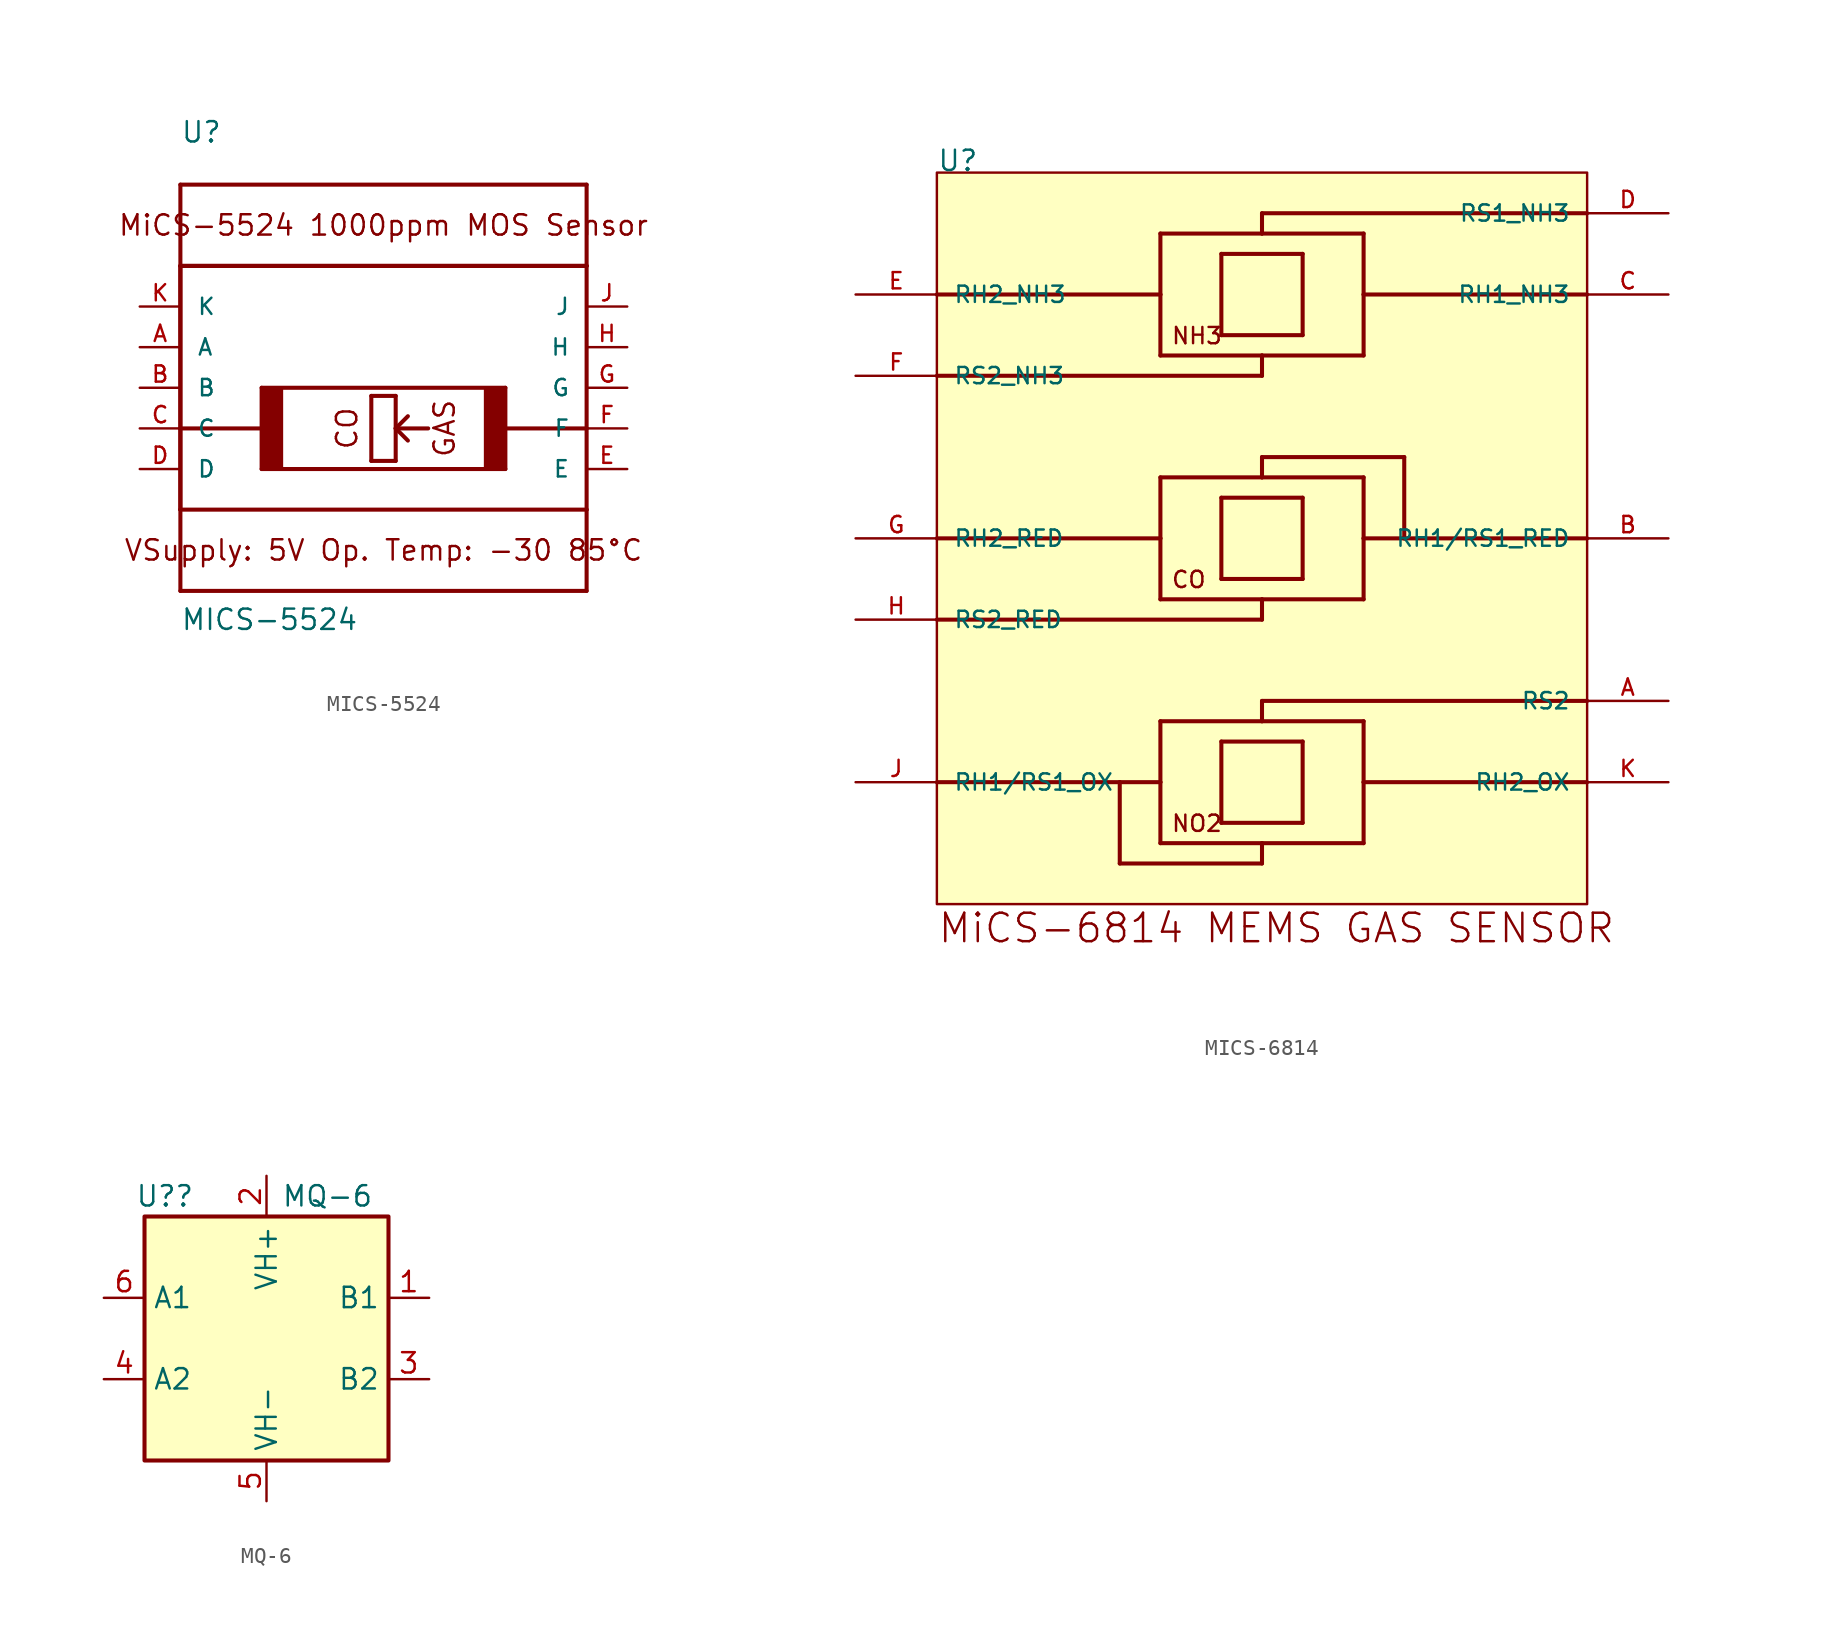
<source format=kicad_sym>
(kicad_symbol_lib
  (version 20211014)
  (generator kicad_symbol_editor)
  (symbol "MICS-5524"
    (pin_names
      (offset 1.016))
    (property "Reference" "U"
      (at -12.7 15.24 0)
      (effects (font (size 1.27 1.27)) (justify left bottom)))
    (property "Value" "MICS-5524"
      (at -12.7 -15.24 0)
      (effects (font (size 1.27 1.27)) (justify left bottom)))
    (symbol "MICS-5524_0_0"
      (rectangle (start -7.62 -5.08) (end -6.35 0) (stroke (width 0) (type default) (color 0 0 0 0)) (fill (type outline)))
      (polyline (pts (xy -12.7 -12.7) (xy 12.7 -12.7)) (stroke (width 0.254) (type default) (color 0 0 0 0)) (fill (type none)))
      (polyline (pts (xy -12.7 -7.62) (xy -12.7 -12.7)) (stroke (width 0.254) (type default) (color 0 0 0 0)) (fill (type none)))
      (polyline (pts (xy -12.7 -7.62) (xy -12.7 -2.54)) (stroke (width 0.254) (type default) (color 0 0 0 0)) (fill (type none)))
      (polyline (pts (xy -12.7 -2.54) (xy -12.7 -7.62)) (stroke (width 0.254) (type default) (color 0 0 0 0)) (fill (type none)))
      (polyline (pts (xy -12.7 -2.54) (xy -12.7 7.62)) (stroke (width 0.254) (type default) (color 0 0 0 0)) (fill (type none)))
      (polyline (pts (xy -12.7 -2.54) (xy -7.62 -2.54)) (stroke (width 0.254) (type default) (color 0 0 0 0)) (fill (type none)))
      (polyline (pts (xy -12.7 7.62) (xy -12.7 -2.54)) (stroke (width 0.254) (type default) (color 0 0 0 0)) (fill (type none)))
      (polyline (pts (xy -12.7 7.62) (xy -12.7 12.7)) (stroke (width 0.254) (type default) (color 0 0 0 0)) (fill (type none)))
      (polyline (pts (xy -12.7 7.62) (xy 12.7 7.62)) (stroke (width 0.254) (type default) (color 0 0 0 0)) (fill (type none)))
      (polyline (pts (xy -12.7 12.7) (xy 12.7 12.7)) (stroke (width 0.254) (type default) (color 0 0 0 0)) (fill (type none)))
      (polyline (pts (xy -7.62 -5.08) (xy 7.62 -5.08)) (stroke (width 0.254) (type default) (color 0 0 0 0)) (fill (type none)))
      (polyline (pts (xy -7.62 -2.54) (xy -7.62 -5.08)) (stroke (width 0.254) (type default) (color 0 0 0 0)) (fill (type none)))
      (polyline (pts (xy -7.62 0) (xy -7.62 -2.54)) (stroke (width 0.254) (type default) (color 0 0 0 0)) (fill (type none)))
      (polyline (pts (xy -0.762 -4.572) (xy -0.762 -0.508)) (stroke (width 0.254) (type default) (color 0 0 0 0)) (fill (type none)))
      (polyline (pts (xy -0.762 -0.508) (xy 0.762 -0.508)) (stroke (width 0.254) (type default) (color 0 0 0 0)) (fill (type none)))
      (polyline (pts (xy 0.762 -4.572) (xy -0.762 -4.572)) (stroke (width 0.254) (type default) (color 0 0 0 0)) (fill (type none)))
      (polyline (pts (xy 0.762 -2.54) (xy 0.762 -4.572)) (stroke (width 0.254) (type default) (color 0 0 0 0)) (fill (type none)))
      (polyline (pts (xy 0.762 -2.54) (xy 1.524 -3.302)) (stroke (width 0.254) (type default) (color 0 0 0 0)) (fill (type none)))
      (polyline (pts (xy 0.762 -2.54) (xy 1.524 -1.778)) (stroke (width 0.254) (type default) (color 0 0 0 0)) (fill (type none)))
      (polyline (pts (xy 0.762 -0.508) (xy 0.762 -2.54)) (stroke (width 0.254) (type default) (color 0 0 0 0)) (fill (type none)))
      (polyline (pts (xy 1.016 -2.54) (xy 2.794 -2.54)) (stroke (width 0.254) (type default) (color 0 0 0 0)) (fill (type none)))
      (polyline (pts (xy 7.62 -5.08) (xy 7.62 -2.54)) (stroke (width 0.254) (type default) (color 0 0 0 0)) (fill (type none)))
      (polyline (pts (xy 7.62 -2.54) (xy 7.62 0)) (stroke (width 0.254) (type default) (color 0 0 0 0)) (fill (type none)))
      (polyline (pts (xy 7.62 0) (xy -7.62 0)) (stroke (width 0.254) (type default) (color 0 0 0 0)) (fill (type none)))
      (polyline (pts (xy 12.7 -12.7) (xy 12.7 -7.62)) (stroke (width 0.254) (type default) (color 0 0 0 0)) (fill (type none)))
      (polyline (pts (xy 12.7 -7.62) (xy -12.7 -7.62)) (stroke (width 0.254) (type default) (color 0 0 0 0)) (fill (type none)))
      (polyline (pts (xy 12.7 -2.54) (xy 7.62 -2.54)) (stroke (width 0.254) (type default) (color 0 0 0 0)) (fill (type none)))
      (polyline (pts (xy 12.7 -2.54) (xy 12.7 -7.62)) (stroke (width 0.254) (type default) (color 0 0 0 0)) (fill (type none)))
      (polyline (pts (xy 12.7 7.62) (xy -12.7 7.62)) (stroke (width 0.254) (type default) (color 0 0 0 0)) (fill (type none)))
      (polyline (pts (xy 12.7 7.62) (xy 12.7 -2.54)) (stroke (width 0.254) (type default) (color 0 0 0 0)) (fill (type none)))
      (polyline (pts (xy 12.7 12.7) (xy 12.7 7.62)) (stroke (width 0.254) (type default) (color 0 0 0 0)) (fill (type none)))
      (rectangle (start 6.35 -5.08) (end 7.62 0) (stroke (width 0) (type default) (color 0 0 0 0)) (fill (type outline)))
      (text "CO" (at -2.286 -2.54 900) (effects (font (size 1.27 1.27))))
      (text "GAS" (at 3.81 -2.54 900) (effects (font (size 1.27 1.27))))
      (text "MiCS-5524 1000ppm MOS Sensor" (at 0 10.16 0) (effects (font (size 1.27 1.27))))
      (text "VSupply: 5V Op. Temp: -30 85°C" (at 0 -10.16 0) (effects (font (size 1.27 1.27))))
      (pin bidirectional line (at -15.24 2.54 0) (length 2.54) (name "A" (effects (font (size 1.016 1.016)))) (number "A" (effects (font (size 1.016 1.016)))))
      (pin bidirectional line (at -15.24 0 0) (length 2.54) (name "B" (effects (font (size 1.016 1.016)))) (number "B" (effects (font (size 1.016 1.016)))))
      (pin bidirectional line (at -15.24 -2.54 0) (length 2.54) (name "C" (effects (font (size 1.016 1.016)))) (number "C" (effects (font (size 1.016 1.016)))))
      (pin bidirectional line (at -15.24 -5.08 0) (length 2.54) (name "D" (effects (font (size 1.016 1.016)))) (number "D" (effects (font (size 1.016 1.016)))))
      (pin bidirectional line (at 15.24 -5.08 180) (length 2.54) (name "E" (effects (font (size 1.016 1.016)))) (number "E" (effects (font (size 1.016 1.016)))))
      (pin bidirectional line (at 15.24 -2.54 180) (length 2.54) (name "F" (effects (font (size 1.016 1.016)))) (number "F" (effects (font (size 1.016 1.016)))))
      (pin bidirectional line (at 15.24 0 180) (length 2.54) (name "G" (effects (font (size 1.016 1.016)))) (number "G" (effects (font (size 1.016 1.016)))))
      (pin bidirectional line (at 15.24 2.54 180) (length 2.54) (name "H" (effects (font (size 1.016 1.016)))) (number "H" (effects (font (size 1.016 1.016)))))
      (pin bidirectional line (at 15.24 5.08 180) (length 2.54) (name "J" (effects (font (size 1.016 1.016)))) (number "J" (effects (font (size 1.016 1.016)))))
      (pin bidirectional line (at -15.24 5.08 0) (length 2.54) (name "K" (effects (font (size 1.016 1.016)))) (number "K" (effects (font (size 1.016 1.016)))))))
  (symbol "MICS-6814"
    (pin_names
      (offset 1.016))
    (property "Reference" "U"
      (at -20.32 22.86 0)
      (effects (font (size 1.27 1.27)) (justify left bottom)))
    (symbol "MICS-6814_0_0"
      (polyline (pts (xy -20.32 -15.24) (xy -8.89 -15.24)) (stroke (width 0.254) (type default) (color 0 0 0 0)) (fill (type none)))
      (polyline (pts (xy -20.32 -5.08) (xy 0 -5.08)) (stroke (width 0.254) (type default) (color 0 0 0 0)) (fill (type none)))
      (polyline (pts (xy -20.32 0) (xy -6.35 0)) (stroke (width 0.254) (type default) (color 0 0 0 0)) (fill (type none)))
      (polyline (pts (xy -20.32 10.16) (xy 0 10.16)) (stroke (width 0.254) (type default) (color 0 0 0 0)) (fill (type none)))
      (polyline (pts (xy -20.32 15.24) (xy -6.35 15.24)) (stroke (width 0.254) (type default) (color 0 0 0 0)) (fill (type none)))
      (polyline (pts (xy -8.89 -20.32) (xy -8.89 -15.24)) (stroke (width 0.254) (type default) (color 0 0 0 0)) (fill (type none)))
      (polyline (pts (xy -8.89 -15.24) (xy -6.35 -15.24)) (stroke (width 0.254) (type default) (color 0 0 0 0)) (fill (type none)))
      (polyline (pts (xy -6.35 -19.05) (xy 0 -19.05)) (stroke (width 0.254) (type default) (color 0 0 0 0)) (fill (type none)))
      (polyline (pts (xy -6.35 -15.24) (xy -6.35 -19.05)) (stroke (width 0.254) (type default) (color 0 0 0 0)) (fill (type none)))
      (polyline (pts (xy -6.35 -11.43) (xy -6.35 -15.24)) (stroke (width 0.254) (type default) (color 0 0 0 0)) (fill (type none)))
      (polyline (pts (xy -6.35 -3.81) (xy 0 -3.81)) (stroke (width 0.254) (type default) (color 0 0 0 0)) (fill (type none)))
      (polyline (pts (xy -6.35 0) (xy -6.35 -3.81)) (stroke (width 0.254) (type default) (color 0 0 0 0)) (fill (type none)))
      (polyline (pts (xy -6.35 3.81) (xy -6.35 0)) (stroke (width 0.254) (type default) (color 0 0 0 0)) (fill (type none)))
      (polyline (pts (xy -6.35 11.43) (xy 0 11.43)) (stroke (width 0.254) (type default) (color 0 0 0 0)) (fill (type none)))
      (polyline (pts (xy -6.35 15.24) (xy -6.35 11.43)) (stroke (width 0.254) (type default) (color 0 0 0 0)) (fill (type none)))
      (polyline (pts (xy -6.35 19.05) (xy -6.35 15.24)) (stroke (width 0.254) (type default) (color 0 0 0 0)) (fill (type none)))
      (polyline (pts (xy -2.54 -17.78) (xy 2.54 -17.78)) (stroke (width 0.254) (type default) (color 0 0 0 0)) (fill (type none)))
      (polyline (pts (xy -2.54 -12.7) (xy -2.54 -17.78)) (stroke (width 0.254) (type default) (color 0 0 0 0)) (fill (type none)))
      (polyline (pts (xy -2.54 -2.54) (xy 2.54 -2.54)) (stroke (width 0.254) (type default) (color 0 0 0 0)) (fill (type none)))
      (polyline (pts (xy -2.54 2.54) (xy -2.54 -2.54)) (stroke (width 0.254) (type default) (color 0 0 0 0)) (fill (type none)))
      (polyline (pts (xy -2.54 12.7) (xy 2.54 12.7)) (stroke (width 0.254) (type default) (color 0 0 0 0)) (fill (type none)))
      (polyline (pts (xy -2.54 17.78) (xy -2.54 12.7)) (stroke (width 0.254) (type default) (color 0 0 0 0)) (fill (type none)))
      (polyline (pts (xy 0 -20.32) (xy -8.89 -20.32)) (stroke (width 0.254) (type default) (color 0 0 0 0)) (fill (type none)))
      (polyline (pts (xy 0 -19.05) (xy 0 -20.32)) (stroke (width 0.254) (type default) (color 0 0 0 0)) (fill (type none)))
      (polyline (pts (xy 0 -19.05) (xy 6.35 -19.05)) (stroke (width 0.254) (type default) (color 0 0 0 0)) (fill (type none)))
      (polyline (pts (xy 0 -11.43) (xy -6.35 -11.43)) (stroke (width 0.254) (type default) (color 0 0 0 0)) (fill (type none)))
      (polyline (pts (xy 0 -11.43) (xy 0 -10.16)) (stroke (width 0.254) (type default) (color 0 0 0 0)) (fill (type none)))
      (polyline (pts (xy 0 -10.16) (xy 20.32 -10.16)) (stroke (width 0.254) (type default) (color 0 0 0 0)) (fill (type none)))
      (polyline (pts (xy 0 -5.08) (xy 0 -3.81)) (stroke (width 0.254) (type default) (color 0 0 0 0)) (fill (type none)))
      (polyline (pts (xy 0 -3.81) (xy 6.35 -3.81)) (stroke (width 0.254) (type default) (color 0 0 0 0)) (fill (type none)))
      (polyline (pts (xy 0 3.81) (xy -6.35 3.81)) (stroke (width 0.254) (type default) (color 0 0 0 0)) (fill (type none)))
      (polyline (pts (xy 0 3.81) (xy 0 5.08)) (stroke (width 0.254) (type default) (color 0 0 0 0)) (fill (type none)))
      (polyline (pts (xy 0 5.08) (xy 8.89 5.08)) (stroke (width 0.254) (type default) (color 0 0 0 0)) (fill (type none)))
      (polyline (pts (xy 0 10.16) (xy 0 11.43)) (stroke (width 0.254) (type default) (color 0 0 0 0)) (fill (type none)))
      (polyline (pts (xy 0 11.43) (xy 6.35 11.43)) (stroke (width 0.254) (type default) (color 0 0 0 0)) (fill (type none)))
      (polyline (pts (xy 0 19.05) (xy -6.35 19.05)) (stroke (width 0.254) (type default) (color 0 0 0 0)) (fill (type none)))
      (polyline (pts (xy 0 20.32) (xy 0 19.05)) (stroke (width 0.254) (type default) (color 0 0 0 0)) (fill (type none)))
      (polyline (pts (xy 2.54 -17.78) (xy 2.54 -12.7)) (stroke (width 0.254) (type default) (color 0 0 0 0)) (fill (type none)))
      (polyline (pts (xy 2.54 -12.7) (xy -2.54 -12.7)) (stroke (width 0.254) (type default) (color 0 0 0 0)) (fill (type none)))
      (polyline (pts (xy 2.54 -2.54) (xy 2.54 2.54)) (stroke (width 0.254) (type default) (color 0 0 0 0)) (fill (type none)))
      (polyline (pts (xy 2.54 2.54) (xy -2.54 2.54)) (stroke (width 0.254) (type default) (color 0 0 0 0)) (fill (type none)))
      (polyline (pts (xy 2.54 12.7) (xy 2.54 17.78)) (stroke (width 0.254) (type default) (color 0 0 0 0)) (fill (type none)))
      (polyline (pts (xy 2.54 17.78) (xy -2.54 17.78)) (stroke (width 0.254) (type default) (color 0 0 0 0)) (fill (type none)))
      (polyline (pts (xy 6.35 -19.05) (xy 6.35 -15.24)) (stroke (width 0.254) (type default) (color 0 0 0 0)) (fill (type none)))
      (polyline (pts (xy 6.35 -15.24) (xy 6.35 -11.43)) (stroke (width 0.254) (type default) (color 0 0 0 0)) (fill (type none)))
      (polyline (pts (xy 6.35 -15.24) (xy 20.32 -15.24)) (stroke (width 0.254) (type default) (color 0 0 0 0)) (fill (type none)))
      (polyline (pts (xy 6.35 -11.43) (xy 0 -11.43)) (stroke (width 0.254) (type default) (color 0 0 0 0)) (fill (type none)))
      (polyline (pts (xy 6.35 -3.81) (xy 6.35 0)) (stroke (width 0.254) (type default) (color 0 0 0 0)) (fill (type none)))
      (polyline (pts (xy 6.35 0) (xy 6.35 3.81)) (stroke (width 0.254) (type default) (color 0 0 0 0)) (fill (type none)))
      (polyline (pts (xy 6.35 3.81) (xy 0 3.81)) (stroke (width 0.254) (type default) (color 0 0 0 0)) (fill (type none)))
      (polyline (pts (xy 6.35 11.43) (xy 6.35 15.24)) (stroke (width 0.254) (type default) (color 0 0 0 0)) (fill (type none)))
      (polyline (pts (xy 6.35 15.24) (xy 6.35 19.05)) (stroke (width 0.254) (type default) (color 0 0 0 0)) (fill (type none)))
      (polyline (pts (xy 6.35 19.05) (xy 0 19.05)) (stroke (width 0.254) (type default) (color 0 0 0 0)) (fill (type none)))
      (polyline (pts (xy 8.89 0) (xy 6.35 0)) (stroke (width 0.254) (type default) (color 0 0 0 0)) (fill (type none)))
      (polyline (pts (xy 8.89 5.08) (xy 8.89 0)) (stroke (width 0.254) (type default) (color 0 0 0 0)) (fill (type none)))
      (polyline (pts (xy 20.32 0) (xy 8.89 0)) (stroke (width 0.254) (type default) (color 0 0 0 0)) (fill (type none)))
      (polyline (pts (xy 20.32 15.24) (xy 6.35 15.24)) (stroke (width 0.254) (type default) (color 0 0 0 0)) (fill (type none)))
      (polyline (pts (xy 20.32 20.32) (xy 0 20.32)) (stroke (width 0.254) (type default) (color 0 0 0 0)) (fill (type none)))
      (text "CO" (at -5.715 -3.175 0) (effects (font (size 1.016 1.016)) (justify left bottom)))
      (text "MiCS-6814 MEMS GAS SENSOR" (at -20.32 -25.4 0) (effects (font (size 1.778 1.778)) (justify left bottom)))
      (text "NH3" (at -5.715 12.065 0) (effects (font (size 1.016 1.016)) (justify left bottom)))
      (text "NO2" (at -5.715 -18.415 0) (effects (font (size 1.016 1.016)) (justify left bottom)))
      (pin bidirectional line (at 25.4 -10.16 180) (length 5.08) (name "RS2" (effects (font (size 1.016 1.016)))) (number "A" (effects (font (size 1.016 1.016)))))
      (pin bidirectional line (at 25.4 0 180) (length 5.08) (name "RH1/RS1_RED" (effects (font (size 1.016 1.016)))) (number "B" (effects (font (size 1.016 1.016)))))
      (pin bidirectional line (at 25.4 15.24 180) (length 5.08) (name "RH1_NH3" (effects (font (size 1.016 1.016)))) (number "C" (effects (font (size 1.016 1.016)))))
      (pin bidirectional line (at 25.4 20.32 180) (length 5.08) (name "RS1_NH3" (effects (font (size 1.016 1.016)))) (number "D" (effects (font (size 1.016 1.016)))))
      (pin bidirectional line (at -25.4 15.24 0) (length 5.08) (name "RH2_NH3" (effects (font (size 1.016 1.016)))) (number "E" (effects (font (size 1.016 1.016)))))
      (pin bidirectional line (at -25.4 10.16 0) (length 5.08) (name "RS2_NH3" (effects (font (size 1.016 1.016)))) (number "F" (effects (font (size 1.016 1.016)))))
      (pin bidirectional line (at -25.4 0 0) (length 5.08) (name "RH2_RED" (effects (font (size 1.016 1.016)))) (number "G" (effects (font (size 1.016 1.016)))))
      (pin bidirectional line (at -25.4 -5.08 0) (length 5.08) (name "RS2_RED" (effects (font (size 1.016 1.016)))) (number "H" (effects (font (size 1.016 1.016)))))
      (pin bidirectional line (at -25.4 -15.24 0) (length 5.08) (name "RH1/RS1_OX" (effects (font (size 1.016 1.016)))) (number "J" (effects (font (size 1.016 1.016)))))
      (pin bidirectional line (at 25.4 -15.24 180) (length 5.08) (name "RH2_OX" (effects (font (size 1.016 1.016)))) (number "K" (effects (font (size 1.016 1.016))))))
    (symbol "MICS-6814_0_1"
      (rectangle (start -20.32 22.86) (end 20.32 -22.86) (stroke (width 0) (type default) (color 0 0 0 0)) (fill (type background)))))
  (symbol "MQ-6"
    (property "Reference" "U?"
      (at -6.35 8.89 0)
      (effects (font (size 1.27 1.27))))
    (property "Value" "MQ-6"
      (at 3.81 8.89 0)
      (effects (font (size 1.27 1.27))))
    (symbol "MQ-6_0_1"
      (rectangle (start -7.62 7.62) (end 7.62 -7.62) (stroke (width 0.254) (type default) (color 0 0 0 0)) (fill (type background))))
    (symbol "MQ-6_1_1"
      (pin passive line (at 10.16 2.54 180) (length 2.54) (name "B1" (effects (font (size 1.27 1.27)))) (number "1" (effects (font (size 1.27 1.27)))))
      (pin power_in line (at 0 10.16 270) (length 2.54) (name "VH+" (effects (font (size 1.27 1.27)))) (number "2" (effects (font (size 1.27 1.27)))))
      (pin passive line (at 10.16 -2.54 180) (length 2.54) (name "B2" (effects (font (size 1.27 1.27)))) (number "3" (effects (font (size 1.27 1.27)))))
      (pin passive line (at -10.16 -2.54 0) (length 2.54) (name "A2" (effects (font (size 1.27 1.27)))) (number "4" (effects (font (size 1.27 1.27)))))
      (pin power_in line (at 0 -10.16 90) (length 2.54) (name "VH-" (effects (font (size 1.27 1.27)))) (number "5" (effects (font (size 1.27 1.27)))))
      (pin passive line (at -10.16 2.54 0) (length 2.54) (name "A1" (effects (font (size 1.27 1.27)))) (number "6" (effects (font (size 1.27 1.27))))))))
</source>
